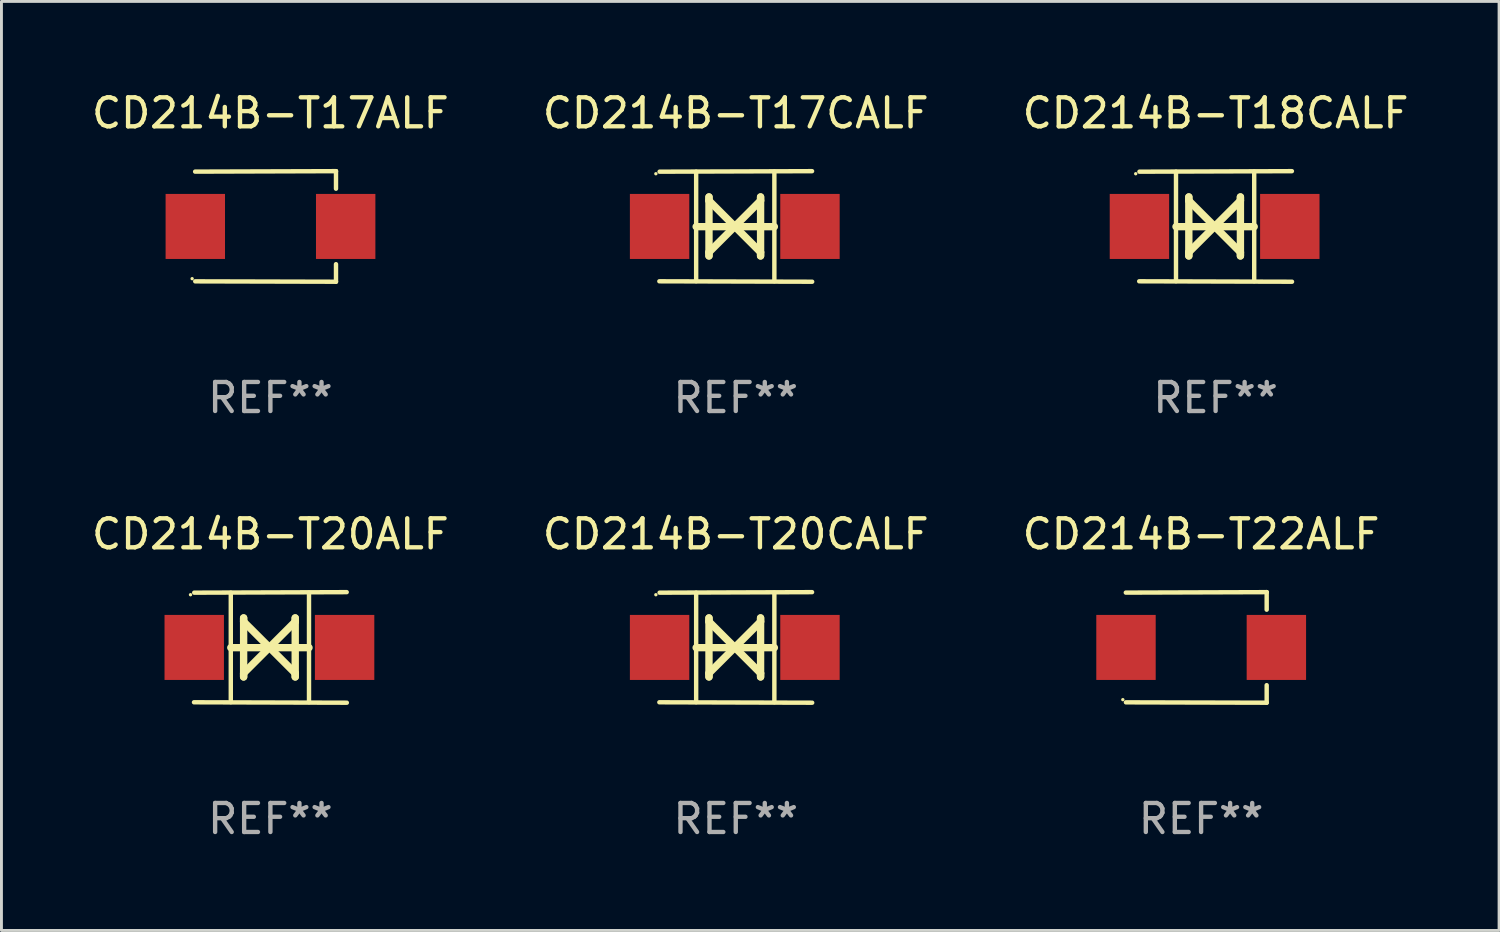
<source format=kicad_pcb>
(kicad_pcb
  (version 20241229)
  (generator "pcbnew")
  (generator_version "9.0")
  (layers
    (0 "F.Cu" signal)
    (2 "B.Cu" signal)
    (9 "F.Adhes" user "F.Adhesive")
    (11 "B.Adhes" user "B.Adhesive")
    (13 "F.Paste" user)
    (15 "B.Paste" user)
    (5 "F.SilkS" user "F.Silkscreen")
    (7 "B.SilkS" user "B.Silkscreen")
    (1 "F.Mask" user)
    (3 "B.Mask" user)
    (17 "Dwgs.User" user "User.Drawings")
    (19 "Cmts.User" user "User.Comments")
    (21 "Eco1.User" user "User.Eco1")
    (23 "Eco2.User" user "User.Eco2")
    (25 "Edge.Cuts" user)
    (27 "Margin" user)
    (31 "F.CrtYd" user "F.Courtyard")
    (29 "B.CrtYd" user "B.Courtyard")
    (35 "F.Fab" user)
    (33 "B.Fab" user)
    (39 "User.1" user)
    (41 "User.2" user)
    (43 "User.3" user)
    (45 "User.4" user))
  (footprint "CD214B-T20ALF"
    (layer "F.Cu")
    (at 6.268 19.26)
    (property "Reference" "CD214B-T20ALF" (at 0 -3.905 0) (layer "F.SilkS") (effects (font (size 1 1) (thickness 0.15))))
    (attr through_hole)
    (fp_line (start -1.365 1.886) (end -1.365 -1.886) (stroke (width 0.152) (type solid)) (layer "F.SilkS"))
    (fp_line (start -1.365 0.008) (end 1.33 0.008) (stroke (width 0.254) (type solid)) (layer "F.SilkS"))
    (fp_line (start -0.923 -1.016) (end -0.923 1.016) (stroke (width 0.254) (type solid)) (layer "F.SilkS"))
    (fp_line (start -0.923 -0.889) (end -0.923 -1.016) (stroke (width 0.254) (type solid)) (layer "F.SilkS"))
    (fp_line (start -0.923 0.889) (end -0.034 0) (stroke (width 0.254) (type solid)) (layer "F.SilkS"))
    (fp_line (start -0.923 1.016) (end -0.923 0.889) (stroke (width 0.254) (type solid)) (layer "F.SilkS"))
    (fp_line (start -0.034 0) (end -0.923 -0.889) (stroke (width 0.254) (type solid)) (layer "F.SilkS"))
    (fp_line (start -0.034 0) (end 0.855 0.889) (stroke (width 0.254) (type solid)) (layer "F.SilkS"))
    (fp_line (start 0.855 -1.016) (end 0.855 -0.889) (stroke (width 0.254) (type solid)) (layer "F.SilkS"))
    (fp_line (start 0.855 -0.889) (end -0.034 0) (stroke (width 0.254) (type solid)) (layer "F.SilkS"))
    (fp_line (start 0.855 0.889) (end 0.855 1.016) (stroke (width 0.254) (type solid)) (layer "F.SilkS"))
    (fp_line (start 0.855 1.016) (end 0.855 -1.016) (stroke (width 0.254) (type solid)) (layer "F.SilkS"))
    (fp_line (start 1.33 1.886) (end 1.33 -1.886) (stroke (width 0.152) (type solid)) (layer "F.SilkS"))
    (fp_line (start 2.629 -1.905) (end -2.625 -1.887) (stroke (width 0.152) (type solid)) (layer "F.SilkS"))
    (fp_line (start 2.633 1.905) (end -2.633 1.89) (stroke (width 0.152) (type solid)) (layer "F.SilkS"))
    (fp_circle (center -2.753 -1.816) (end -2.723 -1.816) (stroke (width 0.06) (type solid)) (fill no) (layer "F.SilkS"))
    (fp_text user "REF**" (at 0 5.905 0) (layer "F.Fab") (effects (font (size 1 1) (thickness 0.15))))
    (pad "1" smd rect (at -2.625 0) (size 2.047 2.241) (layers "F.Cu" "F.Mask" "F.Paste"))
    (pad "2" smd rect (at 2.557 0) (size 2.047 2.241) (layers "F.Cu" "F.Mask" "F.Paste")))
  (footprint "CD214B-T17ALF"
    (layer "F.Cu")
    (at 6.268 4.753)
    (property "Reference" "CD214B-T17ALF" (at 0 -3.905 0) (layer "F.SilkS") (effects (font (size 1 1) (thickness 0.15))))
    (attr through_hole)
    (fp_line (start 2.256 -1.905) (end -2.594 -1.889) (stroke (width 0.152) (type solid)) (layer "F.SilkS"))
    (fp_line (start 2.256 -1.905) (end 2.26 -1.905) (stroke (width 0.152) (type solid)) (layer "F.SilkS"))
    (fp_line (start 2.26 -1.905) (end 2.26 -1.301) (stroke (width 0.152) (type solid)) (layer "F.SilkS"))
    (fp_line (start 2.26 1.301) (end 2.26 1.905) (stroke (width 0.152) (type solid)) (layer "F.SilkS"))
    (fp_line (start 2.26 1.905) (end -2.59 1.892) (stroke (width 0.152) (type solid)) (layer "F.SilkS"))
    (fp_circle (center -2.697 1.8) (end -2.667 1.8) (stroke (width 0.06) (type solid)) (fill no) (layer "F.SilkS"))
    (fp_text user "REF**" (at 0 5.905 0) (layer "F.Fab") (effects (font (size 1 1) (thickness 0.15))))
    (pad "1" smd rect (at -2.588 0) (size 2.047 2.241) (layers "F.Cu" "F.Mask" "F.Paste"))
    (pad "2" smd rect (at 2.594 0) (size 2.047 2.241) (layers "F.Cu" "F.Mask" "F.Paste")))
  (footprint "CD214B-T20CALF"
    (layer "F.Cu")
    (at 22.304 19.26)
    (property "Reference" "CD214B-T20CALF" (at 0 -3.905 0) (layer "F.SilkS") (effects (font (size 1 1) (thickness 0.15))))
    (attr through_hole)
    (fp_line (start -1.365 1.886) (end -1.365 -1.886) (stroke (width 0.152) (type solid)) (layer "F.SilkS"))
    (fp_line (start -1.365 0.008) (end 1.33 0.008) (stroke (width 0.254) (type solid)) (layer "F.SilkS"))
    (fp_line (start -0.923 -1.016) (end -0.923 1.016) (stroke (width 0.254) (type solid)) (layer "F.SilkS"))
    (fp_line (start -0.923 -0.889) (end -0.923 -1.016) (stroke (width 0.254) (type solid)) (layer "F.SilkS"))
    (fp_line (start -0.923 0.889) (end -0.034 0) (stroke (width 0.254) (type solid)) (layer "F.SilkS"))
    (fp_line (start -0.923 1.016) (end -0.923 0.889) (stroke (width 0.254) (type solid)) (layer "F.SilkS"))
    (fp_line (start -0.034 0) (end -0.923 -0.889) (stroke (width 0.254) (type solid)) (layer "F.SilkS"))
    (fp_line (start -0.034 0) (end 0.855 0.889) (stroke (width 0.254) (type solid)) (layer "F.SilkS"))
    (fp_line (start 0.855 -1.016) (end 0.855 -0.889) (stroke (width 0.254) (type solid)) (layer "F.SilkS"))
    (fp_line (start 0.855 -0.889) (end -0.034 0) (stroke (width 0.254) (type solid)) (layer "F.SilkS"))
    (fp_line (start 0.855 0.889) (end 0.855 1.016) (stroke (width 0.254) (type solid)) (layer "F.SilkS"))
    (fp_line (start 0.855 1.016) (end 0.855 -1.016) (stroke (width 0.254) (type solid)) (layer "F.SilkS"))
    (fp_line (start 1.33 1.886) (end 1.33 -1.886) (stroke (width 0.152) (type solid)) (layer "F.SilkS"))
    (fp_line (start 2.629 -1.905) (end -2.625 -1.887) (stroke (width 0.152) (type solid)) (layer "F.SilkS"))
    (fp_line (start 2.633 1.905) (end -2.633 1.89) (stroke (width 0.152) (type solid)) (layer "F.SilkS"))
    (fp_circle (center -2.753 -1.816) (end -2.723 -1.816) (stroke (width 0.06) (type solid)) (fill no) (layer "F.SilkS"))
    (fp_text user "REF**" (at 0 5.905 0) (layer "F.Fab") (effects (font (size 1 1) (thickness 0.15))))
    (pad "1" smd rect (at -2.625 0) (size 2.047 2.241) (layers "F.Cu" "F.Mask" "F.Paste"))
    (pad "2" smd rect (at 2.557 0) (size 2.047 2.241) (layers "F.Cu" "F.Mask" "F.Paste")))
  (footprint "CD214B-T18CALF"
    (layer "F.Cu")
    (at 38.839 4.753)
    (property "Reference" "CD214B-T18CALF" (at 0 -3.905 0) (layer "F.SilkS") (effects (font (size 1 1) (thickness 0.15))))
    (attr through_hole)
    (fp_line (start -1.365 1.886) (end -1.365 -1.886) (stroke (width 0.152) (type solid)) (layer "F.SilkS"))
    (fp_line (start -1.365 0.008) (end 1.33 0.008) (stroke (width 0.254) (type solid)) (layer "F.SilkS"))
    (fp_line (start -0.923 -1.016) (end -0.923 1.016) (stroke (width 0.254) (type solid)) (layer "F.SilkS"))
    (fp_line (start -0.923 -0.889) (end -0.923 -1.016) (stroke (width 0.254) (type solid)) (layer "F.SilkS"))
    (fp_line (start -0.923 0.889) (end -0.034 0) (stroke (width 0.254) (type solid)) (layer "F.SilkS"))
    (fp_line (start -0.923 1.016) (end -0.923 0.889) (stroke (width 0.254) (type solid)) (layer "F.SilkS"))
    (fp_line (start -0.034 0) (end -0.923 -0.889) (stroke (width 0.254) (type solid)) (layer "F.SilkS"))
    (fp_line (start -0.034 0) (end 0.855 0.889) (stroke (width 0.254) (type solid)) (layer "F.SilkS"))
    (fp_line (start 0.855 -1.016) (end 0.855 -0.889) (stroke (width 0.254) (type solid)) (layer "F.SilkS"))
    (fp_line (start 0.855 -0.889) (end -0.034 0) (stroke (width 0.254) (type solid)) (layer "F.SilkS"))
    (fp_line (start 0.855 0.889) (end 0.855 1.016) (stroke (width 0.254) (type solid)) (layer "F.SilkS"))
    (fp_line (start 0.855 1.016) (end 0.855 -1.016) (stroke (width 0.254) (type solid)) (layer "F.SilkS"))
    (fp_line (start 1.33 1.886) (end 1.33 -1.886) (stroke (width 0.152) (type solid)) (layer "F.SilkS"))
    (fp_line (start 2.629 -1.905) (end -2.625 -1.887) (stroke (width 0.152) (type solid)) (layer "F.SilkS"))
    (fp_line (start 2.633 1.905) (end -2.633 1.89) (stroke (width 0.152) (type solid)) (layer "F.SilkS"))
    (fp_circle (center -2.753 -1.816) (end -2.723 -1.816) (stroke (width 0.06) (type solid)) (fill no) (layer "F.SilkS"))
    (fp_text user "REF**" (at 0 5.905 0) (layer "F.Fab") (effects (font (size 1 1) (thickness 0.15))))
    (pad "1" smd rect (at -2.625 0) (size 2.047 2.241) (layers "F.Cu" "F.Mask" "F.Paste"))
    (pad "2" smd rect (at 2.557 0) (size 2.047 2.241) (layers "F.Cu" "F.Mask" "F.Paste")))
  (footprint "CD214B-T22ALF"
    (layer "F.Cu")
    (at 38.339 19.26)
    (property "Reference" "CD214B-T22ALF" (at 0 -3.905 0) (layer "F.SilkS") (effects (font (size 1 1) (thickness 0.15))))
    (attr through_hole)
    (fp_line (start 2.256 -1.905) (end -2.594 -1.889) (stroke (width 0.152) (type solid)) (layer "F.SilkS"))
    (fp_line (start 2.256 -1.905) (end 2.26 -1.905) (stroke (width 0.152) (type solid)) (layer "F.SilkS"))
    (fp_line (start 2.26 -1.905) (end 2.26 -1.301) (stroke (width 0.152) (type solid)) (layer "F.SilkS"))
    (fp_line (start 2.26 1.301) (end 2.26 1.905) (stroke (width 0.152) (type solid)) (layer "F.SilkS"))
    (fp_line (start 2.26 1.905) (end -2.59 1.892) (stroke (width 0.152) (type solid)) (layer "F.SilkS"))
    (fp_circle (center -2.697 1.8) (end -2.667 1.8) (stroke (width 0.06) (type solid)) (fill no) (layer "F.SilkS"))
    (fp_text user "REF**" (at 0 5.905 0) (layer "F.Fab") (effects (font (size 1 1) (thickness 0.15))))
    (pad "1" smd rect (at -2.588 0) (size 2.047 2.241) (layers "F.Cu" "F.Mask" "F.Paste"))
    (pad "2" smd rect (at 2.594 0) (size 2.047 2.241) (layers "F.Cu" "F.Mask" "F.Paste")))
  (footprint "CD214B-T17CALF"
    (layer "F.Cu")
    (at 22.304 4.753)
    (property "Reference" "CD214B-T17CALF" (at 0 -3.905 0) (layer "F.SilkS") (effects (font (size 1 1) (thickness 0.15))))
    (attr through_hole)
    (fp_line (start -1.365 1.886) (end -1.365 -1.886) (stroke (width 0.152) (type solid)) (layer "F.SilkS"))
    (fp_line (start -1.365 0.008) (end 1.33 0.008) (stroke (width 0.254) (type solid)) (layer "F.SilkS"))
    (fp_line (start -0.923 -1.016) (end -0.923 1.016) (stroke (width 0.254) (type solid)) (layer "F.SilkS"))
    (fp_line (start -0.923 -0.889) (end -0.923 -1.016) (stroke (width 0.254) (type solid)) (layer "F.SilkS"))
    (fp_line (start -0.923 0.889) (end -0.034 0) (stroke (width 0.254) (type solid)) (layer "F.SilkS"))
    (fp_line (start -0.923 1.016) (end -0.923 0.889) (stroke (width 0.254) (type solid)) (layer "F.SilkS"))
    (fp_line (start -0.034 0) (end -0.923 -0.889) (stroke (width 0.254) (type solid)) (layer "F.SilkS"))
    (fp_line (start -0.034 0) (end 0.855 0.889) (stroke (width 0.254) (type solid)) (layer "F.SilkS"))
    (fp_line (start 0.855 -1.016) (end 0.855 -0.889) (stroke (width 0.254) (type solid)) (layer "F.SilkS"))
    (fp_line (start 0.855 -0.889) (end -0.034 0) (stroke (width 0.254) (type solid)) (layer "F.SilkS"))
    (fp_line (start 0.855 0.889) (end 0.855 1.016) (stroke (width 0.254) (type solid)) (layer "F.SilkS"))
    (fp_line (start 0.855 1.016) (end 0.855 -1.016) (stroke (width 0.254) (type solid)) (layer "F.SilkS"))
    (fp_line (start 1.33 1.886) (end 1.33 -1.886) (stroke (width 0.152) (type solid)) (layer "F.SilkS"))
    (fp_line (start 2.629 -1.905) (end -2.625 -1.887) (stroke (width 0.152) (type solid)) (layer "F.SilkS"))
    (fp_line (start 2.633 1.905) (end -2.633 1.89) (stroke (width 0.152) (type solid)) (layer "F.SilkS"))
    (fp_circle (center -2.753 -1.816) (end -2.723 -1.816) (stroke (width 0.06) (type solid)) (fill no) (layer "F.SilkS"))
    (fp_text user "REF**" (at 0 5.905 0) (layer "F.Fab") (effects (font (size 1 1) (thickness 0.15))))
    (pad "1" smd rect (at -2.625 0) (size 2.047 2.241) (layers "F.Cu" "F.Mask" "F.Paste"))
    (pad "2" smd rect (at 2.557 0) (size 2.047 2.241) (layers "F.Cu" "F.Mask" "F.Paste")))
  (gr_rect
    (start -3 -3)
    (end 48.607 29.013)
    (stroke (width 0.1) (type default))
    (fill no)
    (layer "Edge.Cuts")))
</source>
